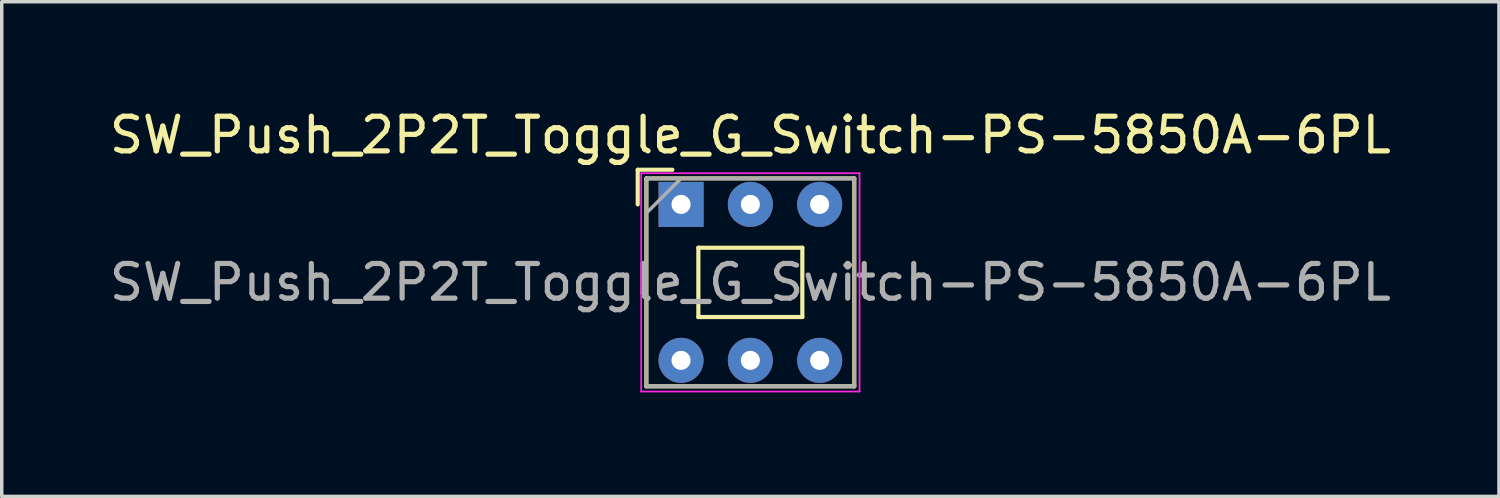
<source format=kicad_pcb>
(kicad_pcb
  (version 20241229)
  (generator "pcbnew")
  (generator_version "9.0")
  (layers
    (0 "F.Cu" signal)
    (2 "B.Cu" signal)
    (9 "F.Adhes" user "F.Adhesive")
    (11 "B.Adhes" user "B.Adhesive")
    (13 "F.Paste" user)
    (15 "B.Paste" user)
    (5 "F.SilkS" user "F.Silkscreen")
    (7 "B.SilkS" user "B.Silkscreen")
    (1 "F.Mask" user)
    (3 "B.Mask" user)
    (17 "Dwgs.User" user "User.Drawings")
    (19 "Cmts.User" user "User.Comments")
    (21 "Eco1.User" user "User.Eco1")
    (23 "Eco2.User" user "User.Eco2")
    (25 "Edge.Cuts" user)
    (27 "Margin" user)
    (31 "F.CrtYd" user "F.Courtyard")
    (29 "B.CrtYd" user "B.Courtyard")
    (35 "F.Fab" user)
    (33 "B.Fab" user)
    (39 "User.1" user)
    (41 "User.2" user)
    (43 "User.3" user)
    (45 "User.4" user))
  (footprint "SW_Push_2P2T_Toggle_G_Switch-PS-5850A-6PL"
    (layer "F.Cu")
    (at 18.601 5.098)
    (property "Reference" "SW_Push_2P2T_Toggle_G_Switch-PS-5850A-6PL" (at 0 -4.25 0) (layer "F.SilkS") (effects (font (size 1 1) (thickness 0.15))))
    (attr through_hole)
    (fp_line (start -3.25 -2.25) (end -3.25 -3.25) (stroke (width 0.12) (type solid)) (layer "F.SilkS"))
    (fp_line (start -3 3) (end -3 -3) (stroke (width 0.12) (type solid)) (layer "F.SilkS"))
    (fp_line (start -2.25 -3.25) (end -3.25 -3.25) (stroke (width 0.12) (type solid)) (layer "F.SilkS"))
    (fp_line (start -1.5 -1) (end -1.5 1) (stroke (width 0.12) (type solid)) (layer "F.SilkS"))
    (fp_line (start 1.5 -1) (end -1.5 -1) (stroke (width 0.12) (type solid)) (layer "F.SilkS"))
    (fp_line (start 1.5 -1) (end 1.5 1) (stroke (width 0.12) (type solid)) (layer "F.SilkS"))
    (fp_line (start 1.5 1) (end -1.5 1) (stroke (width 0.12) (type solid)) (layer "F.SilkS"))
    (fp_line (start 3 -3) (end -3 -3) (stroke (width 0.12) (type solid)) (layer "F.SilkS"))
    (fp_line (start 3 3) (end -3 3) (stroke (width 0.12) (type solid)) (layer "F.SilkS"))
    (fp_line (start 3 3) (end 3 -3) (stroke (width 0.12) (type solid)) (layer "F.SilkS"))
    (fp_line (start -3.15 -3.15) (end 3.15 -3.15) (stroke (width 0.05) (type solid)) (layer "F.CrtYd"))
    (fp_line (start -3.15 3.15) (end -3.15 -3.15) (stroke (width 0.05) (type solid)) (layer "F.CrtYd"))
    (fp_line (start -3.15 3.15) (end 3.15 3.15) (stroke (width 0.05) (type solid)) (layer "F.CrtYd"))
    (fp_line (start 3.15 -3.15) (end 3.15 3.15) (stroke (width 0.05) (type solid)) (layer "F.CrtYd"))
    (fp_line (start -3 -2) (end -2 -3) (stroke (width 0.1) (type solid)) (layer "F.Fab"))
    (fp_line (start -3 3) (end -3 -3) (stroke (width 0.1) (type solid)) (layer "F.Fab"))
    (fp_line (start 3 -3) (end -3 -3) (stroke (width 0.1) (type solid)) (layer "F.Fab"))
    (fp_line (start 3 -3) (end 3 3) (stroke (width 0.1) (type solid)) (layer "F.Fab"))
    (fp_line (start 3 3) (end -3 3) (stroke (width 0.1) (type solid)) (layer "F.Fab"))
    (fp_text user "${REFERENCE}" (at 0 0 0) (layer "F.Fab") (effects (font (size 1 1) (thickness 0.15))))
    (pad "1" thru_hole rect (at -2 -2.25) (size 1.3 1.3) (drill 0.55) (layers "*.Cu" "*.Mask"))
    (pad "2" thru_hole circle (at 0 -2.25) (size 1.3 1.3) (drill 0.55) (layers "*.Cu" "*.Mask"))
    (pad "3" thru_hole circle (at 2 -2.25) (size 1.3 1.3) (drill 0.55) (layers "*.Cu" "*.Mask"))
    (pad "4" thru_hole circle (at -2 2.25) (size 1.3 1.3) (drill 0.55) (layers "*.Cu" "*.Mask"))
    (pad "5" thru_hole circle (at 0 2.25) (size 1.3 1.3) (drill 0.55) (layers "*.Cu" "*.Mask"))
    (pad "6" thru_hole circle (at 2 2.25) (size 1.3 1.3) (drill 0.55) (layers "*.Cu" "*.Mask")))
  (gr_rect
    (start -3 -3)
    (end 40.202 11.273)
    (stroke (width 0.1) (type default))
    (fill no)
    (layer "Edge.Cuts")))
</source>
